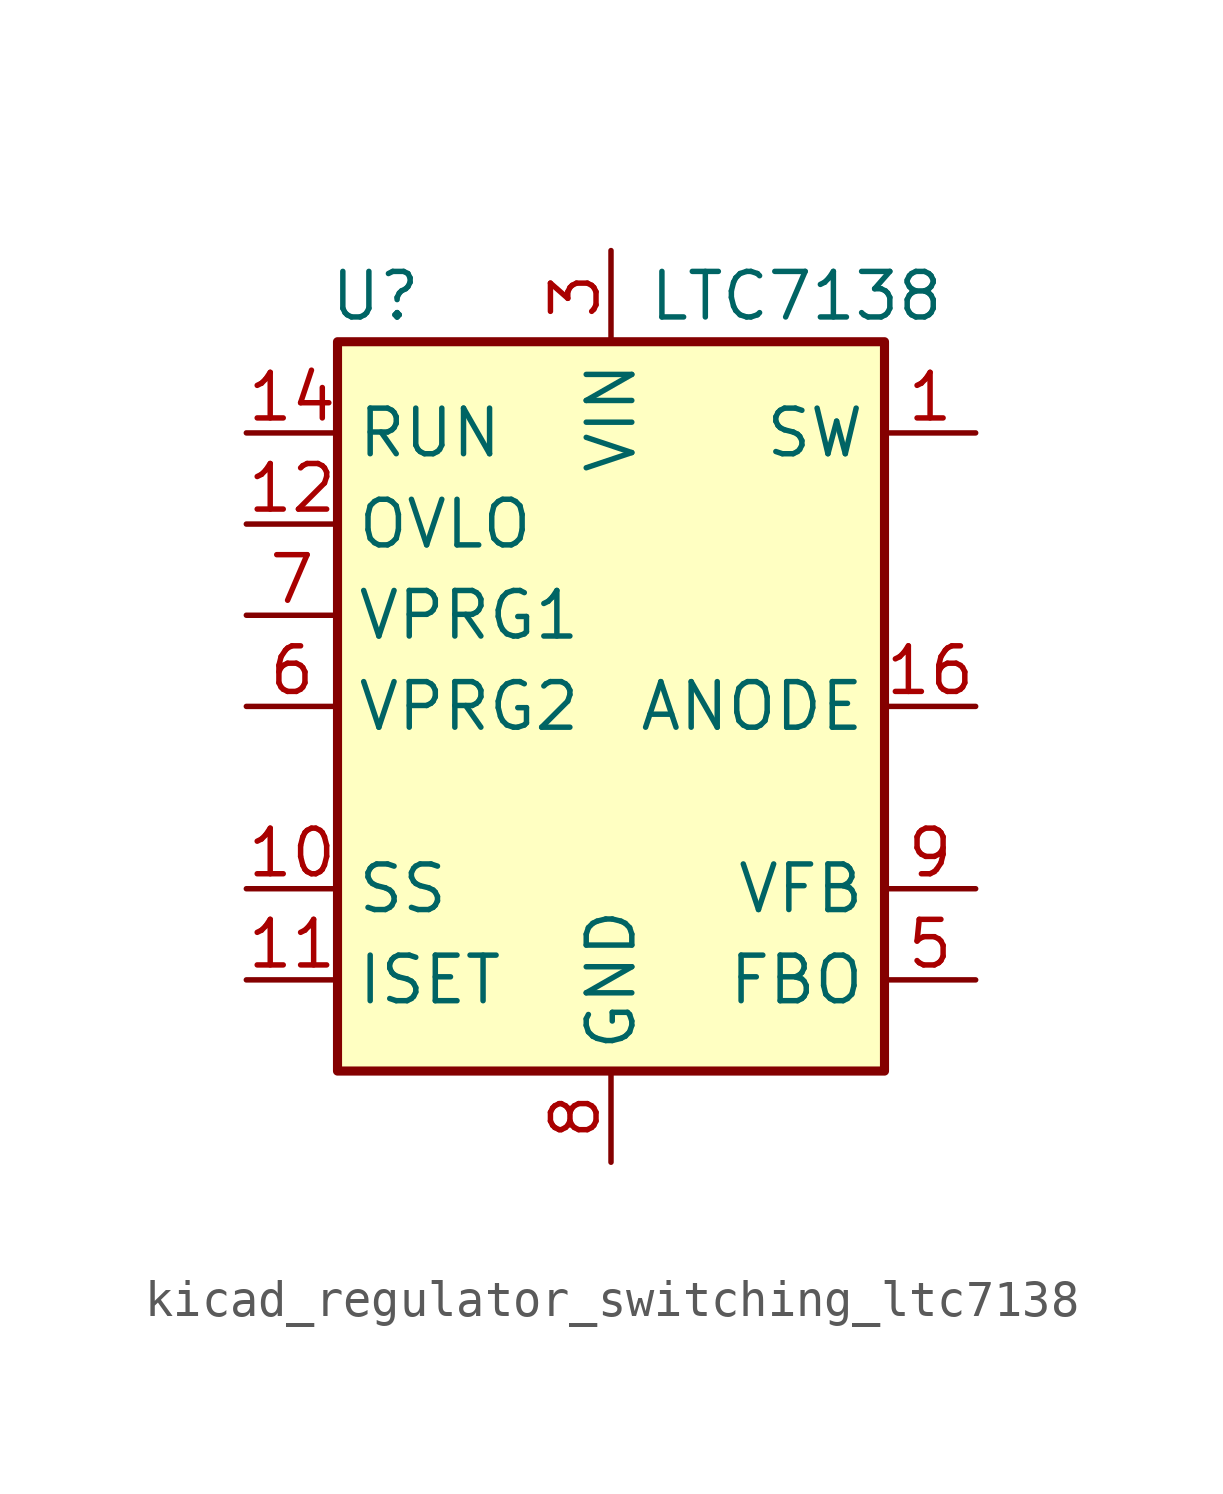
<source format=kicad_sym>
(kicad_symbol_lib
  (version 20220914)
  (generator kicad_symbol_editor)
  (symbol "kicad_regulator_switching_ltc7138"
    (property "Reference" "U"
      (at -7.874 11.43 0)
      (effects (font (size 1.27 1.27)) (justify left)))
    (property "Value" "LTC7138"
      (at 1.016 11.43 0)
      (effects (font (size 1.27 1.27)) (justify left)))
    (symbol "kicad_regulator_switching_ltc7138_0_1"
      (rectangle (start -7.62 10.16) (end 7.62 -10.16) (stroke (width 0.254) (type default)) (fill (type background))))
    (symbol "kicad_regulator_switching_ltc7138_1_1"
      (pin passive line (at 10.16 7.62 180) (length 2.54) (name "SW" (effects (font (size 1.27 1.27)))) (number "1" (effects (font (size 1.27 1.27)))))
      (pin passive line (at -10.16 -5.08 0) (length 2.54) (name "SS" (effects (font (size 1.27 1.27)))) (number "10" (effects (font (size 1.27 1.27)))))
      (pin passive line (at -10.16 -7.62 0) (length 2.54) (name "ISET" (effects (font (size 1.27 1.27)))) (number "11" (effects (font (size 1.27 1.27)))))
      (pin input line (at -10.16 5.08 0) (length 2.54) (name "OVLO" (effects (font (size 1.27 1.27)))) (number "12" (effects (font (size 1.27 1.27)))))
      (pin input line (at -10.16 7.62 0) (length 2.54) (name "RUN" (effects (font (size 1.27 1.27)))) (number "14" (effects (font (size 1.27 1.27)))))
      (pin passive line (at 10.16 0 180) (length 2.54) (name "ANODE" (effects (font (size 1.27 1.27)))) (number "16" (effects (font (size 1.27 1.27)))))
      (pin passive line (at 0 -12.7 90) (length 2.54) hide (name "GND" (effects (font (size 1.27 1.27)))) (number "17" (effects (font (size 1.27 1.27)))))
      (pin power_in line (at 0 12.7 270) (length 2.54) (name "VIN" (effects (font (size 1.27 1.27)))) (number "3" (effects (font (size 1.27 1.27)))))
      (pin output line (at 10.16 -7.62 180) (length 2.54) (name "FBO" (effects (font (size 1.27 1.27)))) (number "5" (effects (font (size 1.27 1.27)))))
      (pin input line (at -10.16 0 0) (length 2.54) (name "VPRG2" (effects (font (size 1.27 1.27)))) (number "6" (effects (font (size 1.27 1.27)))))
      (pin input line (at -10.16 2.54 0) (length 2.54) (name "VPRG1" (effects (font (size 1.27 1.27)))) (number "7" (effects (font (size 1.27 1.27)))))
      (pin power_in line (at 0 -12.7 90) (length 2.54) (name "GND" (effects (font (size 1.27 1.27)))) (number "8" (effects (font (size 1.27 1.27)))))
      (pin input line (at 10.16 -5.08 180) (length 2.54) (name "VFB" (effects (font (size 1.27 1.27)))) (number "9" (effects (font (size 1.27 1.27))))))))
</source>
